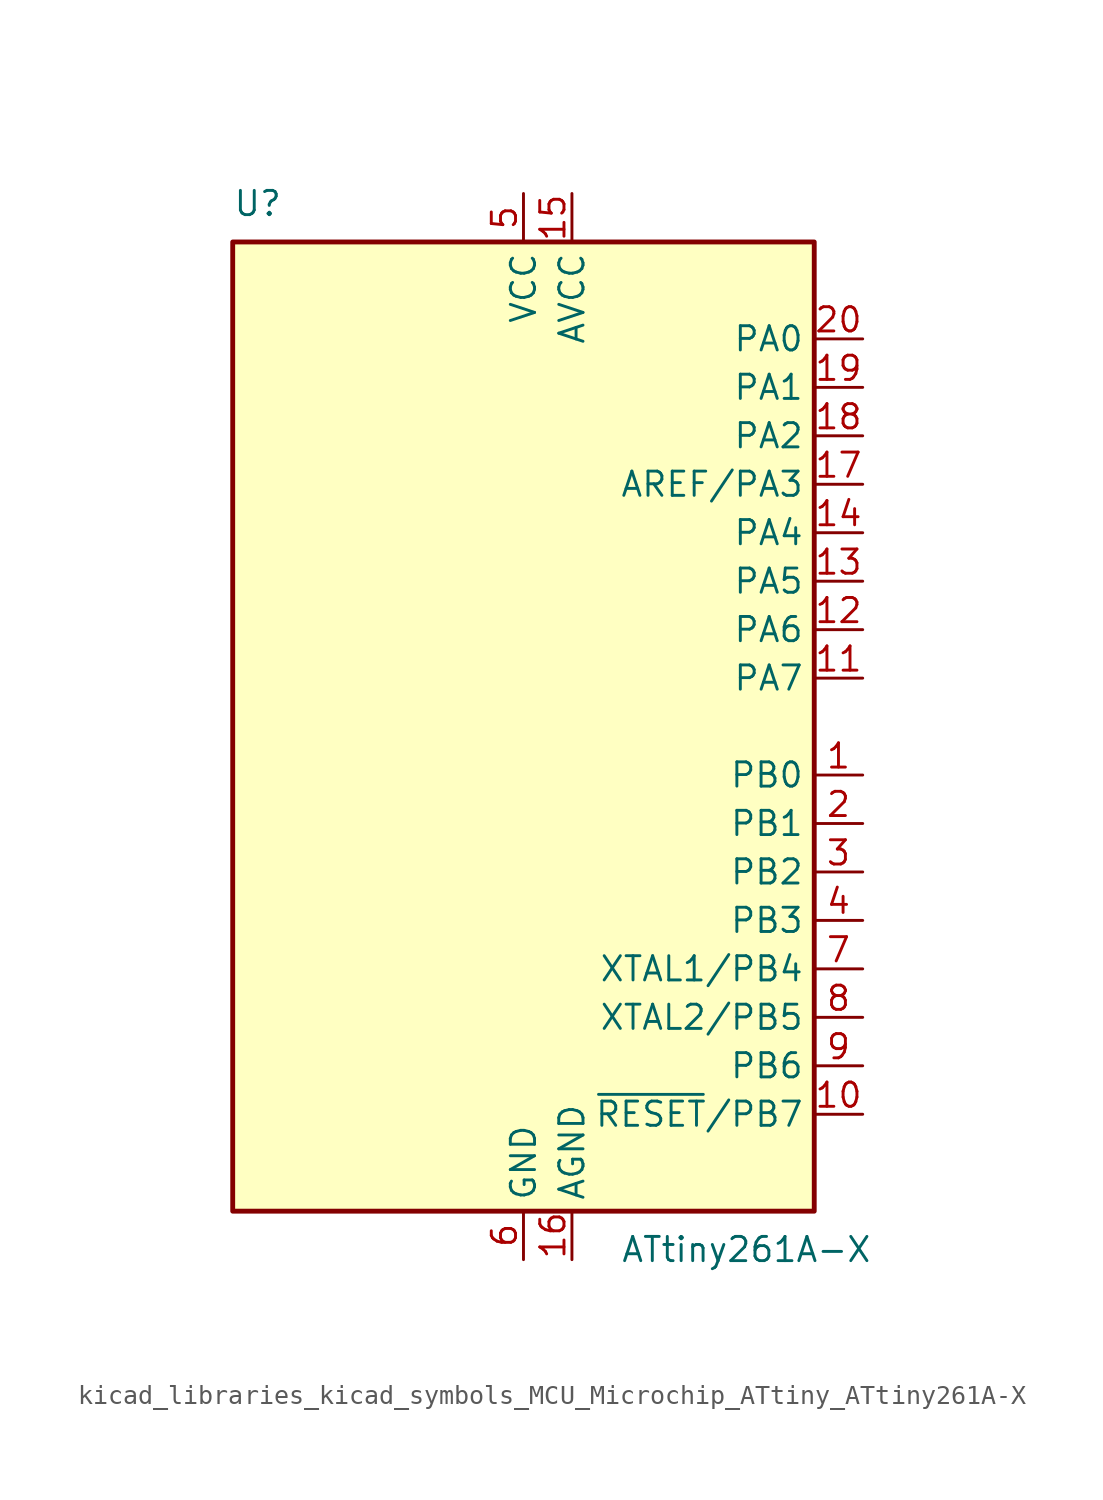
<source format=kicad_sym>
(kicad_symbol_lib
  (version 20220914)
  (generator kicad_symbol_editor)
  (symbol "kicad_libraries_kicad_symbols_MCU_Microchip_ATtiny_ATtiny261A-X"
    (property "Reference" "U"
      (at -15.24 26.67 0)
      (effects (font (size 1.27 1.27)) (justify left bottom)))
    (property "Value" "ATtiny261A-X"
      (at 5.08 -26.67 0)
      (effects (font (size 1.27 1.27)) (justify left top)))
    (symbol "kicad_libraries_kicad_symbols_MCU_Microchip_ATtiny_ATtiny261A-X_0_1"
      (rectangle (start -15.24 -25.4) (end 15.24 25.4) (stroke (width 0.254) (type default)) (fill (type background))))
    (symbol "kicad_libraries_kicad_symbols_MCU_Microchip_ATtiny_ATtiny261A-X_1_1"
      (pin bidirectional line (at 17.78 -2.54 180) (length 2.54) (name "PB0" (effects (font (size 1.27 1.27)))) (number "1" (effects (font (size 1.27 1.27)))))
      (pin bidirectional line (at 17.78 -20.32 180) (length 2.54) (name "~{RESET}/PB7" (effects (font (size 1.27 1.27)))) (number "10" (effects (font (size 1.27 1.27)))))
      (pin bidirectional line (at 17.78 2.54 180) (length 2.54) (name "PA7" (effects (font (size 1.27 1.27)))) (number "11" (effects (font (size 1.27 1.27)))))
      (pin bidirectional line (at 17.78 5.08 180) (length 2.54) (name "PA6" (effects (font (size 1.27 1.27)))) (number "12" (effects (font (size 1.27 1.27)))))
      (pin bidirectional line (at 17.78 7.62 180) (length 2.54) (name "PA5" (effects (font (size 1.27 1.27)))) (number "13" (effects (font (size 1.27 1.27)))))
      (pin bidirectional line (at 17.78 10.16 180) (length 2.54) (name "PA4" (effects (font (size 1.27 1.27)))) (number "14" (effects (font (size 1.27 1.27)))))
      (pin power_in line (at 2.54 27.94 270) (length 2.54) (name "AVCC" (effects (font (size 1.27 1.27)))) (number "15" (effects (font (size 1.27 1.27)))))
      (pin power_in line (at 2.54 -27.94 90) (length 2.54) (name "AGND" (effects (font (size 1.27 1.27)))) (number "16" (effects (font (size 1.27 1.27)))))
      (pin bidirectional line (at 17.78 12.7 180) (length 2.54) (name "AREF/PA3" (effects (font (size 1.27 1.27)))) (number "17" (effects (font (size 1.27 1.27)))))
      (pin bidirectional line (at 17.78 15.24 180) (length 2.54) (name "PA2" (effects (font (size 1.27 1.27)))) (number "18" (effects (font (size 1.27 1.27)))))
      (pin bidirectional line (at 17.78 17.78 180) (length 2.54) (name "PA1" (effects (font (size 1.27 1.27)))) (number "19" (effects (font (size 1.27 1.27)))))
      (pin bidirectional line (at 17.78 -5.08 180) (length 2.54) (name "PB1" (effects (font (size 1.27 1.27)))) (number "2" (effects (font (size 1.27 1.27)))))
      (pin bidirectional line (at 17.78 20.32 180) (length 2.54) (name "PA0" (effects (font (size 1.27 1.27)))) (number "20" (effects (font (size 1.27 1.27)))))
      (pin bidirectional line (at 17.78 -7.62 180) (length 2.54) (name "PB2" (effects (font (size 1.27 1.27)))) (number "3" (effects (font (size 1.27 1.27)))))
      (pin bidirectional line (at 17.78 -10.16 180) (length 2.54) (name "PB3" (effects (font (size 1.27 1.27)))) (number "4" (effects (font (size 1.27 1.27)))))
      (pin power_in line (at 0 27.94 270) (length 2.54) (name "VCC" (effects (font (size 1.27 1.27)))) (number "5" (effects (font (size 1.27 1.27)))))
      (pin power_in line (at 0 -27.94 90) (length 2.54) (name "GND" (effects (font (size 1.27 1.27)))) (number "6" (effects (font (size 1.27 1.27)))))
      (pin bidirectional line (at 17.78 -12.7 180) (length 2.54) (name "XTAL1/PB4" (effects (font (size 1.27 1.27)))) (number "7" (effects (font (size 1.27 1.27)))))
      (pin bidirectional line (at 17.78 -15.24 180) (length 2.54) (name "XTAL2/PB5" (effects (font (size 1.27 1.27)))) (number "8" (effects (font (size 1.27 1.27)))))
      (pin bidirectional line (at 17.78 -17.78 180) (length 2.54) (name "PB6" (effects (font (size 1.27 1.27)))) (number "9" (effects (font (size 1.27 1.27))))))))
</source>
